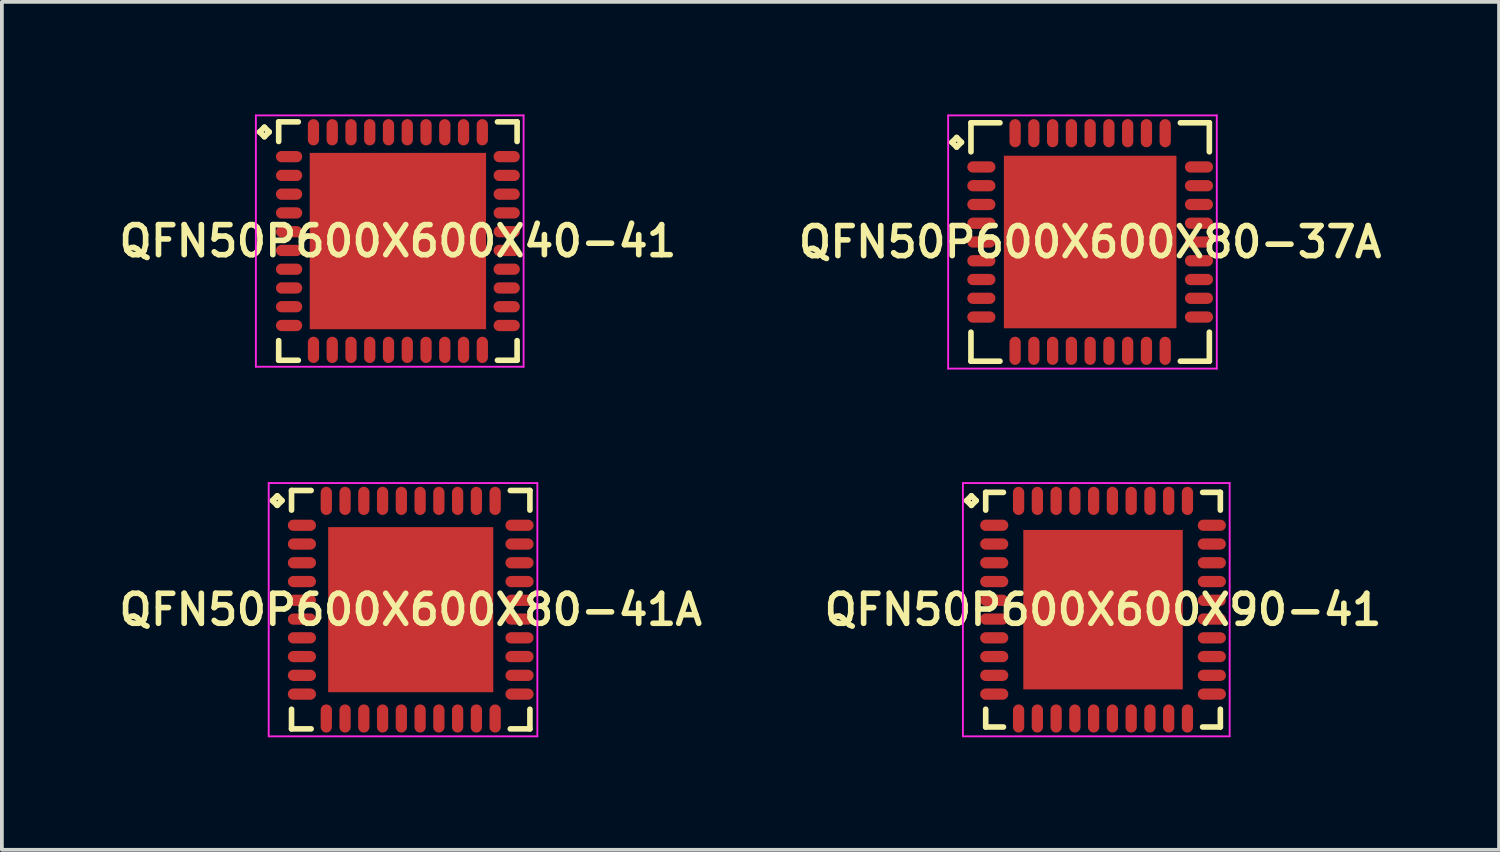
<source format=kicad_pcb>
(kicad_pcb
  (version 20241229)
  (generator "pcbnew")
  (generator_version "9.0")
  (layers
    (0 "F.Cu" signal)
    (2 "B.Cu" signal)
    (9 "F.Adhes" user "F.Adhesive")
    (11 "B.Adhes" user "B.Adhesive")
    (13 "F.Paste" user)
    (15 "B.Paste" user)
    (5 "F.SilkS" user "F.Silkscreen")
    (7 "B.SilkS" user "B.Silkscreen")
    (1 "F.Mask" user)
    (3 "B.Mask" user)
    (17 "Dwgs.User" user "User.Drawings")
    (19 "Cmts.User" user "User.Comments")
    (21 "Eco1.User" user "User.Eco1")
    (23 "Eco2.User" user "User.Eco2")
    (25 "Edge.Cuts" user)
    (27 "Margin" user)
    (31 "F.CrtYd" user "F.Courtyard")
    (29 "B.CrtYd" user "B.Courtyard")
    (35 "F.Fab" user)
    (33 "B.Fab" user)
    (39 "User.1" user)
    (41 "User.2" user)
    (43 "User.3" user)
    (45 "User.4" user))
  (footprint "QFN50P600X600X80-37A"
    (layer "F.Cu")
    (at 26.006 3.4)
    (property "Reference" "QFN50P600X600X80-37A" (at 0 0 0) (layer "F.SilkS") (effects (font (size 0.8 0.8) (thickness 0.15))))
    (attr smd)
    (fp_line (start -3.685 -2.658) (end -3.558 -2.785) (stroke (width 0.15) (type solid)) (layer "F.SilkS"))
    (fp_line (start -3.558 -2.785) (end -3.431 -2.658) (stroke (width 0.15) (type solid)) (layer "F.SilkS"))
    (fp_line (start -3.558 -2.531) (end -3.685 -2.658) (stroke (width 0.15) (type solid)) (layer "F.SilkS"))
    (fp_line (start -3.431 -2.658) (end -3.558 -2.531) (stroke (width 0.15) (type solid)) (layer "F.SilkS"))
    (fp_line (start -3.177 -3.177) (end -2.404 -3.177) (stroke (width 0.15) (type solid)) (layer "F.SilkS"))
    (fp_line (start -3.177 -2.404) (end -3.177 -3.177) (stroke (width 0.15) (type solid)) (layer "F.SilkS"))
    (fp_line (start -3.177 2.404) (end -3.177 3.177) (stroke (width 0.15) (type solid)) (layer "F.SilkS"))
    (fp_line (start -3.177 3.177) (end -2.404 3.177) (stroke (width 0.15) (type solid)) (layer "F.SilkS"))
    (fp_line (start 2.404 -3.177) (end 3.177 -3.177) (stroke (width 0.15) (type solid)) (layer "F.SilkS"))
    (fp_line (start 2.404 3.177) (end 3.177 3.177) (stroke (width 0.15) (type solid)) (layer "F.SilkS"))
    (fp_line (start 3.177 -3.177) (end 3.177 -2.404) (stroke (width 0.15) (type solid)) (layer "F.SilkS"))
    (fp_line (start 3.177 3.177) (end 3.177 2.404) (stroke (width 0.15) (type solid)) (layer "F.SilkS"))
    (fp_line (start -3.785 -3.375) (end 3.375 -3.375) (stroke (width 0.05) (type solid)) (layer "F.CrtYd"))
    (fp_line (start -3.785 3.375) (end -3.785 -3.375) (stroke (width 0.05) (type solid)) (layer "F.CrtYd"))
    (fp_line (start 3.375 -3.375) (end 3.375 3.375) (stroke (width 0.05) (type solid)) (layer "F.CrtYd"))
    (fp_line (start 3.375 3.375) (end -3.785 3.375) (stroke (width 0.05) (type solid)) (layer "F.CrtYd"))
    (pad "1" smd oval (at -2.9 -2) (size 0.75 0.3) (layers "F.Cu" "F.Mask" "F.Paste"))
    (pad "2" smd oval (at -2.9 -1.5) (size 0.75 0.3) (layers "F.Cu" "F.Mask" "F.Paste"))
    (pad "3" smd oval (at -2.9 -1) (size 0.75 0.3) (layers "F.Cu" "F.Mask" "F.Paste"))
    (pad "4" smd oval (at -2.9 -0.5) (size 0.75 0.3) (layers "F.Cu" "F.Mask" "F.Paste"))
    (pad "5" smd oval (at -2.9 0) (size 0.75 0.3) (layers "F.Cu" "F.Mask" "F.Paste"))
    (pad "6" smd oval (at -2.9 0.5) (size 0.75 0.3) (layers "F.Cu" "F.Mask" "F.Paste"))
    (pad "7" smd oval (at -2.9 1) (size 0.75 0.3) (layers "F.Cu" "F.Mask" "F.Paste"))
    (pad "8" smd oval (at -2.9 1.5) (size 0.75 0.3) (layers "F.Cu" "F.Mask" "F.Paste"))
    (pad "9" smd oval (at -2.9 2) (size 0.75 0.3) (layers "F.Cu" "F.Mask" "F.Paste"))
    (pad "10" smd oval (at -2 2.9) (size 0.3 0.75) (layers "F.Cu" "F.Mask" "F.Paste"))
    (pad "11" smd oval (at -1.5 2.9) (size 0.3 0.75) (layers "F.Cu" "F.Mask" "F.Paste"))
    (pad "12" smd oval (at -1 2.9) (size 0.3 0.75) (layers "F.Cu" "F.Mask" "F.Paste"))
    (pad "13" smd oval (at -0.5 2.9) (size 0.3 0.75) (layers "F.Cu" "F.Mask" "F.Paste"))
    (pad "14" smd oval (at 0 2.9) (size 0.3 0.75) (layers "F.Cu" "F.Mask" "F.Paste"))
    (pad "15" smd oval (at 0.5 2.9) (size 0.3 0.75) (layers "F.Cu" "F.Mask" "F.Paste"))
    (pad "16" smd oval (at 1 2.9) (size 0.3 0.75) (layers "F.Cu" "F.Mask" "F.Paste"))
    (pad "17" smd oval (at 1.5 2.9) (size 0.3 0.75) (layers "F.Cu" "F.Mask" "F.Paste"))
    (pad "18" smd oval (at 2 2.9) (size 0.3 0.75) (layers "F.Cu" "F.Mask" "F.Paste"))
    (pad "19" smd oval (at 2.9 2) (size 0.75 0.3) (layers "F.Cu" "F.Mask" "F.Paste"))
    (pad "20" smd oval (at 2.9 1.5) (size 0.75 0.3) (layers "F.Cu" "F.Mask" "F.Paste"))
    (pad "21" smd oval (at 2.9 1) (size 0.75 0.3) (layers "F.Cu" "F.Mask" "F.Paste"))
    (pad "22" smd oval (at 2.9 0.5) (size 0.75 0.3) (layers "F.Cu" "F.Mask" "F.Paste"))
    (pad "23" smd oval (at 2.9 0) (size 0.75 0.3) (layers "F.Cu" "F.Mask" "F.Paste"))
    (pad "24" smd oval (at 2.9 -0.5) (size 0.75 0.3) (layers "F.Cu" "F.Mask" "F.Paste"))
    (pad "25" smd oval (at 2.9 -1) (size 0.75 0.3) (layers "F.Cu" "F.Mask" "F.Paste"))
    (pad "26" smd oval (at 2.9 -1.5) (size 0.75 0.3) (layers "F.Cu" "F.Mask" "F.Paste"))
    (pad "27" smd oval (at 2.9 -2) (size 0.75 0.3) (layers "F.Cu" "F.Mask" "F.Paste"))
    (pad "28" smd oval (at 2 -2.9) (size 0.3 0.75) (layers "F.Cu" "F.Mask" "F.Paste"))
    (pad "29" smd oval (at 1.5 -2.9) (size 0.3 0.75) (layers "F.Cu" "F.Mask" "F.Paste"))
    (pad "30" smd oval (at 1 -2.9) (size 0.3 0.75) (layers "F.Cu" "F.Mask" "F.Paste"))
    (pad "31" smd oval (at 0.5 -2.9) (size 0.3 0.75) (layers "F.Cu" "F.Mask" "F.Paste"))
    (pad "32" smd oval (at 0 -2.9) (size 0.3 0.75) (layers "F.Cu" "F.Mask" "F.Paste"))
    (pad "33" smd oval (at -0.5 -2.9) (size 0.3 0.75) (layers "F.Cu" "F.Mask" "F.Paste"))
    (pad "34" smd oval (at -1 -2.9) (size 0.3 0.75) (layers "F.Cu" "F.Mask" "F.Paste"))
    (pad "35" smd oval (at -1.5 -2.9) (size 0.3 0.75) (layers "F.Cu" "F.Mask" "F.Paste"))
    (pad "36" smd oval (at -2 -2.9) (size 0.3 0.75) (layers "F.Cu" "F.Mask" "F.Paste"))
    (pad "37" smd rect (at 0 0) (size 4.6 4.6) (layers "F.Cu" "F.Mask" "F.Paste")))
  (footprint "QFN50P600X600X40-41"
    (layer "F.Cu")
    (at 7.555 3.375)
    (property "Reference" "QFN50P600X600X40-41" (at 0 0 0) (layer "F.SilkS") (effects (font (size 0.8 0.8) (thickness 0.15))))
    (attr smd)
    (fp_line (start -3.685 -2.908) (end -3.558 -3.035) (stroke (width 0.15) (type solid)) (layer "F.SilkS"))
    (fp_line (start -3.558 -3.035) (end -3.431 -2.908) (stroke (width 0.15) (type solid)) (layer "F.SilkS"))
    (fp_line (start -3.558 -2.781) (end -3.685 -2.908) (stroke (width 0.15) (type solid)) (layer "F.SilkS"))
    (fp_line (start -3.431 -2.908) (end -3.558 -2.781) (stroke (width 0.15) (type solid)) (layer "F.SilkS"))
    (fp_line (start -3.177 -3.177) (end -2.654 -3.177) (stroke (width 0.15) (type solid)) (layer "F.SilkS"))
    (fp_line (start -3.177 -2.654) (end -3.177 -3.177) (stroke (width 0.15) (type solid)) (layer "F.SilkS"))
    (fp_line (start -3.177 2.654) (end -3.177 3.177) (stroke (width 0.15) (type solid)) (layer "F.SilkS"))
    (fp_line (start -3.177 3.177) (end -2.654 3.177) (stroke (width 0.15) (type solid)) (layer "F.SilkS"))
    (fp_line (start 2.654 -3.177) (end 3.177 -3.177) (stroke (width 0.15) (type solid)) (layer "F.SilkS"))
    (fp_line (start 2.654 3.177) (end 3.177 3.177) (stroke (width 0.15) (type solid)) (layer "F.SilkS"))
    (fp_line (start 3.177 -3.177) (end 3.177 -2.654) (stroke (width 0.15) (type solid)) (layer "F.SilkS"))
    (fp_line (start 3.177 3.177) (end 3.177 2.654) (stroke (width 0.15) (type solid)) (layer "F.SilkS"))
    (fp_line (start -3.785 -3.35) (end 3.35 -3.35) (stroke (width 0.05) (type solid)) (layer "F.CrtYd"))
    (fp_line (start -3.785 3.35) (end -3.785 -3.35) (stroke (width 0.05) (type solid)) (layer "F.CrtYd"))
    (fp_line (start 3.35 -3.35) (end 3.35 3.35) (stroke (width 0.05) (type solid)) (layer "F.CrtYd"))
    (fp_line (start 3.35 3.35) (end -3.785 3.35) (stroke (width 0.05) (type solid)) (layer "F.CrtYd"))
    (pad "1" smd oval (at -2.9 -2.25) (size 0.7 0.3) (layers "F.Cu" "F.Mask" "F.Paste"))
    (pad "2" smd oval (at -2.9 -1.75) (size 0.7 0.3) (layers "F.Cu" "F.Mask" "F.Paste"))
    (pad "3" smd oval (at -2.9 -1.25) (size 0.7 0.3) (layers "F.Cu" "F.Mask" "F.Paste"))
    (pad "4" smd oval (at -2.9 -0.75) (size 0.7 0.3) (layers "F.Cu" "F.Mask" "F.Paste"))
    (pad "5" smd oval (at -2.9 -0.25) (size 0.7 0.3) (layers "F.Cu" "F.Mask" "F.Paste"))
    (pad "6" smd oval (at -2.9 0.25) (size 0.7 0.3) (layers "F.Cu" "F.Mask" "F.Paste"))
    (pad "7" smd oval (at -2.9 0.75) (size 0.7 0.3) (layers "F.Cu" "F.Mask" "F.Paste"))
    (pad "8" smd oval (at -2.9 1.25) (size 0.7 0.3) (layers "F.Cu" "F.Mask" "F.Paste"))
    (pad "9" smd oval (at -2.9 1.75) (size 0.7 0.3) (layers "F.Cu" "F.Mask" "F.Paste"))
    (pad "10" smd oval (at -2.9 2.25) (size 0.7 0.3) (layers "F.Cu" "F.Mask" "F.Paste"))
    (pad "11" smd oval (at -2.25 2.9) (size 0.3 0.7) (layers "F.Cu" "F.Mask" "F.Paste"))
    (pad "12" smd oval (at -1.75 2.9) (size 0.3 0.7) (layers "F.Cu" "F.Mask" "F.Paste"))
    (pad "13" smd oval (at -1.25 2.9) (size 0.3 0.7) (layers "F.Cu" "F.Mask" "F.Paste"))
    (pad "14" smd oval (at -0.75 2.9) (size 0.3 0.7) (layers "F.Cu" "F.Mask" "F.Paste"))
    (pad "15" smd oval (at -0.25 2.9) (size 0.3 0.7) (layers "F.Cu" "F.Mask" "F.Paste"))
    (pad "16" smd oval (at 0.25 2.9) (size 0.3 0.7) (layers "F.Cu" "F.Mask" "F.Paste"))
    (pad "17" smd oval (at 0.75 2.9) (size 0.3 0.7) (layers "F.Cu" "F.Mask" "F.Paste"))
    (pad "18" smd oval (at 1.25 2.9) (size 0.3 0.7) (layers "F.Cu" "F.Mask" "F.Paste"))
    (pad "19" smd oval (at 1.75 2.9) (size 0.3 0.7) (layers "F.Cu" "F.Mask" "F.Paste"))
    (pad "20" smd oval (at 2.25 2.9) (size 0.3 0.7) (layers "F.Cu" "F.Mask" "F.Paste"))
    (pad "21" smd oval (at 2.9 2.25) (size 0.7 0.3) (layers "F.Cu" "F.Mask" "F.Paste"))
    (pad "22" smd oval (at 2.9 1.75) (size 0.7 0.3) (layers "F.Cu" "F.Mask" "F.Paste"))
    (pad "23" smd oval (at 2.9 1.25) (size 0.7 0.3) (layers "F.Cu" "F.Mask" "F.Paste"))
    (pad "24" smd oval (at 2.9 0.75) (size 0.7 0.3) (layers "F.Cu" "F.Mask" "F.Paste"))
    (pad "25" smd oval (at 2.9 0.25) (size 0.7 0.3) (layers "F.Cu" "F.Mask" "F.Paste"))
    (pad "26" smd oval (at 2.9 -0.25) (size 0.7 0.3) (layers "F.Cu" "F.Mask" "F.Paste"))
    (pad "27" smd oval (at 2.9 -0.75) (size 0.7 0.3) (layers "F.Cu" "F.Mask" "F.Paste"))
    (pad "28" smd oval (at 2.9 -1.25) (size 0.7 0.3) (layers "F.Cu" "F.Mask" "F.Paste"))
    (pad "29" smd oval (at 2.9 -1.75) (size 0.7 0.3) (layers "F.Cu" "F.Mask" "F.Paste"))
    (pad "30" smd oval (at 2.9 -2.25) (size 0.7 0.3) (layers "F.Cu" "F.Mask" "F.Paste"))
    (pad "31" smd oval (at 2.25 -2.9) (size 0.3 0.7) (layers "F.Cu" "F.Mask" "F.Paste"))
    (pad "32" smd oval (at 1.75 -2.9) (size 0.3 0.7) (layers "F.Cu" "F.Mask" "F.Paste"))
    (pad "33" smd oval (at 1.25 -2.9) (size 0.3 0.7) (layers "F.Cu" "F.Mask" "F.Paste"))
    (pad "34" smd oval (at 0.75 -2.9) (size 0.3 0.7) (layers "F.Cu" "F.Mask" "F.Paste"))
    (pad "35" smd oval (at 0.25 -2.9) (size 0.3 0.7) (layers "F.Cu" "F.Mask" "F.Paste"))
    (pad "36" smd oval (at -0.25 -2.9) (size 0.3 0.7) (layers "F.Cu" "F.Mask" "F.Paste"))
    (pad "37" smd oval (at -0.75 -2.9) (size 0.3 0.7) (layers "F.Cu" "F.Mask" "F.Paste"))
    (pad "38" smd oval (at -1.25 -2.9) (size 0.3 0.7) (layers "F.Cu" "F.Mask" "F.Paste"))
    (pad "39" smd oval (at -1.75 -2.9) (size 0.3 0.7) (layers "F.Cu" "F.Mask" "F.Paste"))
    (pad "40" smd oval (at -2.25 -2.9) (size 0.3 0.7) (layers "F.Cu" "F.Mask" "F.Paste"))
    (pad "41" smd rect (at 0 0) (size 4.7 4.7) (layers "F.Cu" "F.Mask" "F.Paste")))
  (footprint "QFN50P600X600X90-41"
    (layer "F.Cu")
    (at 26.349 13.2)
    (property "Reference" "QFN50P600X600X90-41" (at 0 0 0) (layer "F.SilkS") (effects (font (size 0.8 0.8) (thickness 0.15))))
    (attr smd)
    (fp_line (start -3.635 -2.908) (end -3.508 -3.035) (stroke (width 0.15) (type solid)) (layer "F.SilkS"))
    (fp_line (start -3.508 -3.035) (end -3.381 -2.908) (stroke (width 0.15) (type solid)) (layer "F.SilkS"))
    (fp_line (start -3.508 -2.781) (end -3.635 -2.908) (stroke (width 0.15) (type solid)) (layer "F.SilkS"))
    (fp_line (start -3.381 -2.908) (end -3.508 -2.781) (stroke (width 0.15) (type solid)) (layer "F.SilkS"))
    (fp_line (start -3.127 -3.127) (end -2.654 -3.127) (stroke (width 0.15) (type solid)) (layer "F.SilkS"))
    (fp_line (start -3.127 -2.654) (end -3.127 -3.127) (stroke (width 0.15) (type solid)) (layer "F.SilkS"))
    (fp_line (start -3.127 2.654) (end -3.127 3.127) (stroke (width 0.15) (type solid)) (layer "F.SilkS"))
    (fp_line (start -3.127 3.127) (end -2.654 3.127) (stroke (width 0.15) (type solid)) (layer "F.SilkS"))
    (fp_line (start 2.654 -3.127) (end 3.127 -3.127) (stroke (width 0.15) (type solid)) (layer "F.SilkS"))
    (fp_line (start 2.654 3.127) (end 3.127 3.127) (stroke (width 0.15) (type solid)) (layer "F.SilkS"))
    (fp_line (start 3.127 -3.127) (end 3.127 -2.654) (stroke (width 0.15) (type solid)) (layer "F.SilkS"))
    (fp_line (start 3.127 3.127) (end 3.127 2.654) (stroke (width 0.15) (type solid)) (layer "F.SilkS"))
    (fp_line (start -3.735 -3.375) (end 3.375 -3.375) (stroke (width 0.05) (type solid)) (layer "F.CrtYd"))
    (fp_line (start -3.735 3.375) (end -3.735 -3.375) (stroke (width 0.05) (type solid)) (layer "F.CrtYd"))
    (fp_line (start 3.375 -3.375) (end 3.375 3.375) (stroke (width 0.05) (type solid)) (layer "F.CrtYd"))
    (fp_line (start 3.375 3.375) (end -3.735 3.375) (stroke (width 0.05) (type solid)) (layer "F.CrtYd"))
    (pad "1" smd oval (at -2.9 -2.25) (size 0.75 0.3) (layers "F.Cu" "F.Mask" "F.Paste"))
    (pad "2" smd oval (at -2.9 -1.75) (size 0.75 0.3) (layers "F.Cu" "F.Mask" "F.Paste"))
    (pad "3" smd oval (at -2.9 -1.25) (size 0.75 0.3) (layers "F.Cu" "F.Mask" "F.Paste"))
    (pad "4" smd oval (at -2.9 -0.75) (size 0.75 0.3) (layers "F.Cu" "F.Mask" "F.Paste"))
    (pad "5" smd oval (at -2.9 -0.25) (size 0.75 0.3) (layers "F.Cu" "F.Mask" "F.Paste"))
    (pad "6" smd oval (at -2.9 0.25) (size 0.75 0.3) (layers "F.Cu" "F.Mask" "F.Paste"))
    (pad "7" smd oval (at -2.9 0.75) (size 0.75 0.3) (layers "F.Cu" "F.Mask" "F.Paste"))
    (pad "8" smd oval (at -2.9 1.25) (size 0.75 0.3) (layers "F.Cu" "F.Mask" "F.Paste"))
    (pad "9" smd oval (at -2.9 1.75) (size 0.75 0.3) (layers "F.Cu" "F.Mask" "F.Paste"))
    (pad "10" smd oval (at -2.9 2.25) (size 0.75 0.3) (layers "F.Cu" "F.Mask" "F.Paste"))
    (pad "11" smd oval (at -2.25 2.9) (size 0.3 0.75) (layers "F.Cu" "F.Mask" "F.Paste"))
    (pad "12" smd oval (at -1.75 2.9) (size 0.3 0.75) (layers "F.Cu" "F.Mask" "F.Paste"))
    (pad "13" smd oval (at -1.25 2.9) (size 0.3 0.75) (layers "F.Cu" "F.Mask" "F.Paste"))
    (pad "14" smd oval (at -0.75 2.9) (size 0.3 0.75) (layers "F.Cu" "F.Mask" "F.Paste"))
    (pad "15" smd oval (at -0.25 2.9) (size 0.3 0.75) (layers "F.Cu" "F.Mask" "F.Paste"))
    (pad "16" smd oval (at 0.25 2.9) (size 0.3 0.75) (layers "F.Cu" "F.Mask" "F.Paste"))
    (pad "17" smd oval (at 0.75 2.9) (size 0.3 0.75) (layers "F.Cu" "F.Mask" "F.Paste"))
    (pad "18" smd oval (at 1.25 2.9) (size 0.3 0.75) (layers "F.Cu" "F.Mask" "F.Paste"))
    (pad "19" smd oval (at 1.75 2.9) (size 0.3 0.75) (layers "F.Cu" "F.Mask" "F.Paste"))
    (pad "20" smd oval (at 2.25 2.9) (size 0.3 0.75) (layers "F.Cu" "F.Mask" "F.Paste"))
    (pad "21" smd oval (at 2.9 2.25) (size 0.75 0.3) (layers "F.Cu" "F.Mask" "F.Paste"))
    (pad "22" smd oval (at 2.9 1.75) (size 0.75 0.3) (layers "F.Cu" "F.Mask" "F.Paste"))
    (pad "23" smd oval (at 2.9 1.25) (size 0.75 0.3) (layers "F.Cu" "F.Mask" "F.Paste"))
    (pad "24" smd oval (at 2.9 0.75) (size 0.75 0.3) (layers "F.Cu" "F.Mask" "F.Paste"))
    (pad "25" smd oval (at 2.9 0.25) (size 0.75 0.3) (layers "F.Cu" "F.Mask" "F.Paste"))
    (pad "26" smd oval (at 2.9 -0.25) (size 0.75 0.3) (layers "F.Cu" "F.Mask" "F.Paste"))
    (pad "27" smd oval (at 2.9 -0.75) (size 0.75 0.3) (layers "F.Cu" "F.Mask" "F.Paste"))
    (pad "28" smd oval (at 2.9 -1.25) (size 0.75 0.3) (layers "F.Cu" "F.Mask" "F.Paste"))
    (pad "29" smd oval (at 2.9 -1.75) (size 0.75 0.3) (layers "F.Cu" "F.Mask" "F.Paste"))
    (pad "30" smd oval (at 2.9 -2.25) (size 0.75 0.3) (layers "F.Cu" "F.Mask" "F.Paste"))
    (pad "31" smd oval (at 2.25 -2.9) (size 0.3 0.75) (layers "F.Cu" "F.Mask" "F.Paste"))
    (pad "32" smd oval (at 1.75 -2.9) (size 0.3 0.75) (layers "F.Cu" "F.Mask" "F.Paste"))
    (pad "33" smd oval (at 1.25 -2.9) (size 0.3 0.75) (layers "F.Cu" "F.Mask" "F.Paste"))
    (pad "34" smd oval (at 0.75 -2.9) (size 0.3 0.75) (layers "F.Cu" "F.Mask" "F.Paste"))
    (pad "35" smd oval (at 0.25 -2.9) (size 0.3 0.75) (layers "F.Cu" "F.Mask" "F.Paste"))
    (pad "36" smd oval (at -0.25 -2.9) (size 0.3 0.75) (layers "F.Cu" "F.Mask" "F.Paste"))
    (pad "37" smd oval (at -0.75 -2.9) (size 0.3 0.75) (layers "F.Cu" "F.Mask" "F.Paste"))
    (pad "38" smd oval (at -1.25 -2.9) (size 0.3 0.75) (layers "F.Cu" "F.Mask" "F.Paste"))
    (pad "39" smd oval (at -1.75 -2.9) (size 0.3 0.75) (layers "F.Cu" "F.Mask" "F.Paste"))
    (pad "40" smd oval (at -2.25 -2.9) (size 0.3 0.75) (layers "F.Cu" "F.Mask" "F.Paste"))
    (pad "41" smd rect (at 0 0) (size 4.25 4.25) (layers "F.Cu" "F.Mask" "F.Paste")))
  (footprint "QFN50P600X600X80-41A"
    (layer "F.Cu")
    (at 7.897 13.2)
    (property "Reference" "QFN50P600X600X80-41A" (at 0 0 0) (layer "F.SilkS") (effects (font (size 0.8 0.8) (thickness 0.15))))
    (attr smd)
    (fp_line (start -3.685 -2.908) (end -3.558 -3.035) (stroke (width 0.15) (type solid)) (layer "F.SilkS"))
    (fp_line (start -3.558 -3.035) (end -3.431 -2.908) (stroke (width 0.15) (type solid)) (layer "F.SilkS"))
    (fp_line (start -3.558 -2.781) (end -3.685 -2.908) (stroke (width 0.15) (type solid)) (layer "F.SilkS"))
    (fp_line (start -3.431 -2.908) (end -3.558 -2.781) (stroke (width 0.15) (type solid)) (layer "F.SilkS"))
    (fp_line (start -3.177 -3.177) (end -2.654 -3.177) (stroke (width 0.15) (type solid)) (layer "F.SilkS"))
    (fp_line (start -3.177 -2.654) (end -3.177 -3.177) (stroke (width 0.15) (type solid)) (layer "F.SilkS"))
    (fp_line (start -3.177 2.654) (end -3.177 3.177) (stroke (width 0.15) (type solid)) (layer "F.SilkS"))
    (fp_line (start -3.177 3.177) (end -2.654 3.177) (stroke (width 0.15) (type solid)) (layer "F.SilkS"))
    (fp_line (start 2.654 -3.177) (end 3.177 -3.177) (stroke (width 0.15) (type solid)) (layer "F.SilkS"))
    (fp_line (start 2.654 3.177) (end 3.177 3.177) (stroke (width 0.15) (type solid)) (layer "F.SilkS"))
    (fp_line (start 3.177 -3.177) (end 3.177 -2.654) (stroke (width 0.15) (type solid)) (layer "F.SilkS"))
    (fp_line (start 3.177 3.177) (end 3.177 2.654) (stroke (width 0.15) (type solid)) (layer "F.SilkS"))
    (fp_line (start -3.785 -3.375) (end 3.375 -3.375) (stroke (width 0.05) (type solid)) (layer "F.CrtYd"))
    (fp_line (start -3.785 3.375) (end -3.785 -3.375) (stroke (width 0.05) (type solid)) (layer "F.CrtYd"))
    (fp_line (start 3.375 -3.375) (end 3.375 3.375) (stroke (width 0.05) (type solid)) (layer "F.CrtYd"))
    (fp_line (start 3.375 3.375) (end -3.785 3.375) (stroke (width 0.05) (type solid)) (layer "F.CrtYd"))
    (pad "1" smd oval (at -2.9 -2.25) (size 0.75 0.3) (layers "F.Cu" "F.Mask" "F.Paste"))
    (pad "2" smd oval (at -2.9 -1.75) (size 0.75 0.3) (layers "F.Cu" "F.Mask" "F.Paste"))
    (pad "3" smd oval (at -2.9 -1.25) (size 0.75 0.3) (layers "F.Cu" "F.Mask" "F.Paste"))
    (pad "4" smd oval (at -2.9 -0.75) (size 0.75 0.3) (layers "F.Cu" "F.Mask" "F.Paste"))
    (pad "5" smd oval (at -2.9 -0.25) (size 0.75 0.3) (layers "F.Cu" "F.Mask" "F.Paste"))
    (pad "6" smd oval (at -2.9 0.25) (size 0.75 0.3) (layers "F.Cu" "F.Mask" "F.Paste"))
    (pad "7" smd oval (at -2.9 0.75) (size 0.75 0.3) (layers "F.Cu" "F.Mask" "F.Paste"))
    (pad "8" smd oval (at -2.9 1.25) (size 0.75 0.3) (layers "F.Cu" "F.Mask" "F.Paste"))
    (pad "9" smd oval (at -2.9 1.75) (size 0.75 0.3) (layers "F.Cu" "F.Mask" "F.Paste"))
    (pad "10" smd oval (at -2.9 2.25) (size 0.75 0.3) (layers "F.Cu" "F.Mask" "F.Paste"))
    (pad "11" smd oval (at -2.25 2.9) (size 0.3 0.75) (layers "F.Cu" "F.Mask" "F.Paste"))
    (pad "12" smd oval (at -1.75 2.9) (size 0.3 0.75) (layers "F.Cu" "F.Mask" "F.Paste"))
    (pad "13" smd oval (at -1.25 2.9) (size 0.3 0.75) (layers "F.Cu" "F.Mask" "F.Paste"))
    (pad "14" smd oval (at -0.75 2.9) (size 0.3 0.75) (layers "F.Cu" "F.Mask" "F.Paste"))
    (pad "15" smd oval (at -0.25 2.9) (size 0.3 0.75) (layers "F.Cu" "F.Mask" "F.Paste"))
    (pad "16" smd oval (at 0.25 2.9) (size 0.3 0.75) (layers "F.Cu" "F.Mask" "F.Paste"))
    (pad "17" smd oval (at 0.75 2.9) (size 0.3 0.75) (layers "F.Cu" "F.Mask" "F.Paste"))
    (pad "18" smd oval (at 1.25 2.9) (size 0.3 0.75) (layers "F.Cu" "F.Mask" "F.Paste"))
    (pad "19" smd oval (at 1.75 2.9) (size 0.3 0.75) (layers "F.Cu" "F.Mask" "F.Paste"))
    (pad "20" smd oval (at 2.25 2.9) (size 0.3 0.75) (layers "F.Cu" "F.Mask" "F.Paste"))
    (pad "21" smd oval (at 2.9 2.25) (size 0.75 0.3) (layers "F.Cu" "F.Mask" "F.Paste"))
    (pad "22" smd oval (at 2.9 1.75) (size 0.75 0.3) (layers "F.Cu" "F.Mask" "F.Paste"))
    (pad "23" smd oval (at 2.9 1.25) (size 0.75 0.3) (layers "F.Cu" "F.Mask" "F.Paste"))
    (pad "24" smd oval (at 2.9 0.75) (size 0.75 0.3) (layers "F.Cu" "F.Mask" "F.Paste"))
    (pad "25" smd oval (at 2.9 0.25) (size 0.75 0.3) (layers "F.Cu" "F.Mask" "F.Paste"))
    (pad "26" smd oval (at 2.9 -0.25) (size 0.75 0.3) (layers "F.Cu" "F.Mask" "F.Paste"))
    (pad "27" smd oval (at 2.9 -0.75) (size 0.75 0.3) (layers "F.Cu" "F.Mask" "F.Paste"))
    (pad "28" smd oval (at 2.9 -1.25) (size 0.75 0.3) (layers "F.Cu" "F.Mask" "F.Paste"))
    (pad "29" smd oval (at 2.9 -1.75) (size 0.75 0.3) (layers "F.Cu" "F.Mask" "F.Paste"))
    (pad "30" smd oval (at 2.9 -2.25) (size 0.75 0.3) (layers "F.Cu" "F.Mask" "F.Paste"))
    (pad "31" smd oval (at 2.25 -2.9) (size 0.3 0.75) (layers "F.Cu" "F.Mask" "F.Paste"))
    (pad "32" smd oval (at 1.75 -2.9) (size 0.3 0.75) (layers "F.Cu" "F.Mask" "F.Paste"))
    (pad "33" smd oval (at 1.25 -2.9) (size 0.3 0.75) (layers "F.Cu" "F.Mask" "F.Paste"))
    (pad "34" smd oval (at 0.75 -2.9) (size 0.3 0.75) (layers "F.Cu" "F.Mask" "F.Paste"))
    (pad "35" smd oval (at 0.25 -2.9) (size 0.3 0.75) (layers "F.Cu" "F.Mask" "F.Paste"))
    (pad "36" smd oval (at -0.25 -2.9) (size 0.3 0.75) (layers "F.Cu" "F.Mask" "F.Paste"))
    (pad "37" smd oval (at -0.75 -2.9) (size 0.3 0.75) (layers "F.Cu" "F.Mask" "F.Paste"))
    (pad "38" smd oval (at -1.25 -2.9) (size 0.3 0.75) (layers "F.Cu" "F.Mask" "F.Paste"))
    (pad "39" smd oval (at -1.75 -2.9) (size 0.3 0.75) (layers "F.Cu" "F.Mask" "F.Paste"))
    (pad "40" smd oval (at -2.25 -2.9) (size 0.3 0.75) (layers "F.Cu" "F.Mask" "F.Paste"))
    (pad "41" smd rect (at 0 0) (size 4.4 4.4) (layers "F.Cu" "F.Mask" "F.Paste")))
  (gr_rect
    (start -3 -3)
    (end 36.904 19.6)
    (stroke (width 0.1) (type default))
    (fill no)
    (layer "Edge.Cuts")))
</source>
